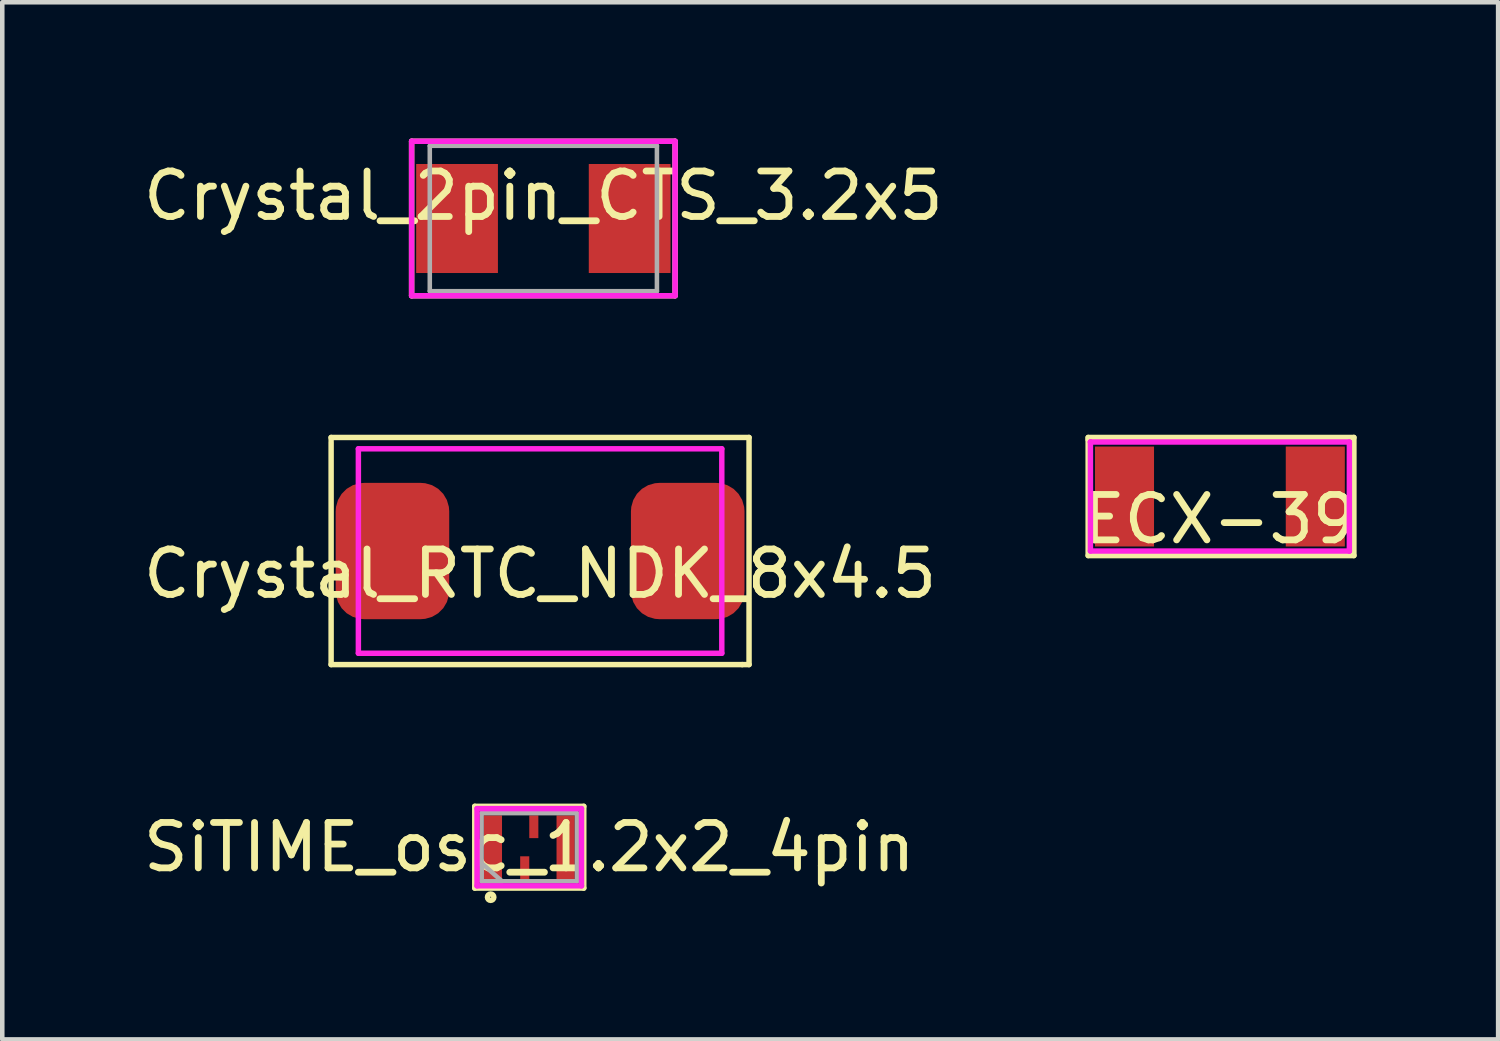
<source format=kicad_pcb>
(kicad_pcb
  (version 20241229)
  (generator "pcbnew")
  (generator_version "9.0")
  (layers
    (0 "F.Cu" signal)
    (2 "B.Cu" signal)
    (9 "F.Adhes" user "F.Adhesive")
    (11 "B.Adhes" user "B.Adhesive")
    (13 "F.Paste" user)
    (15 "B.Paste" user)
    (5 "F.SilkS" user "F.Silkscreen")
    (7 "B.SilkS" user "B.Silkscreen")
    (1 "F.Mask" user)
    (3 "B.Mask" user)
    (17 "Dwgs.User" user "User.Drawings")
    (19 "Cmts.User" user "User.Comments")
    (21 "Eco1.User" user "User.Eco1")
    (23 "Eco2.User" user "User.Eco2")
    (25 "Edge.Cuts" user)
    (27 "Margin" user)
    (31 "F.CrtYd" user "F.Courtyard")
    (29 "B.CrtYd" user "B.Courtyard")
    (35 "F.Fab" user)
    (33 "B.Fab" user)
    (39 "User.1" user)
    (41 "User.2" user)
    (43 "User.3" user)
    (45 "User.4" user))
  (footprint "SiTIME_osc_1.2x2_4pin"
    (layer "F.Cu")
    (at 8.601 15.6)
    (property "Reference" "SiTIME_osc_1.2x2_4pin" (at 0 0 0) (unlocked yes) (layer "F.SilkS") (effects (font (size 1 1) (thickness 0.15))))
    (attr smd)
    (fp_line (start -1.2 -0.9) (end -1.2 0.9) (stroke (width 0.12) (type solid)) (layer "F.SilkS"))
    (fp_line (start -1.2 0.9) (end 1.2 0.9) (stroke (width 0.12) (type solid)) (layer "F.SilkS"))
    (fp_line (start 1.2 -0.9) (end -1.2 -0.9) (stroke (width 0.12) (type solid)) (layer "F.SilkS"))
    (fp_line (start 1.2 0.9) (end 1.2 -0.9) (stroke (width 0.12) (type solid)) (layer "F.SilkS"))
    (fp_circle (center -0.85 1.1) (end -0.8 1.15) (stroke (width 0.12) (type solid)) (fill no) (layer "F.SilkS"))
    (fp_line (start -1.15 -0.85) (end 1.15 -0.85) (stroke (width 0.12) (type solid)) (layer "F.CrtYd"))
    (fp_line (start -1.15 0.85) (end -1.15 -0.85) (stroke (width 0.12) (type solid)) (layer "F.CrtYd"))
    (fp_line (start 1.15 -0.85) (end 1.15 0.85) (stroke (width 0.12) (type solid)) (layer "F.CrtYd"))
    (fp_line (start 1.15 0.85) (end -1.15 0.85) (stroke (width 0.12) (type solid)) (layer "F.CrtYd"))
    (fp_line (start -1.05 -0.75) (end 1.05 -0.75) (stroke (width 0.1) (type solid)) (layer "F.Fab"))
    (fp_line (start -1.05 0.75) (end -1.05 -0.75) (stroke (width 0.1) (type solid)) (layer "F.Fab"))
    (fp_line (start 1.05 -0.75) (end 1.05 0.75) (stroke (width 0.1) (type solid)) (layer "F.Fab"))
    (fp_line (start 1.05 0.75) (end -1.05 0.75) (stroke (width 0.1) (type solid)) (layer "F.Fab"))
    (fp_poly (pts (xy -0.6 0.75) (xy -1.05 0.75) (xy -1.05 0.35)) (stroke (width 0.1) (type solid)) (fill no) (layer "F.Fab"))
    (pad "1" smd rect (at -0.8 0) (size 0.4 1.4) (layers "F.Cu" "F.Mask" "F.Paste"))
    (pad "2" smd rect (at -0.1 0.45) (size 0.2 0.5) (layers "F.Cu" "F.Mask" "F.Paste"))
    (pad "3" smd rect (at 0.8 0) (size 0.4 1.4) (layers "F.Cu" "F.Mask" "F.Paste"))
    (pad "4" smd rect (at 0.1 -0.45) (size 0.2 0.5) (layers "F.Cu" "F.Mask" "F.Paste")))
  (footprint "Crystal_RTC_NDK_8x4.5"
    (layer "F.Cu")
    (at 8.839 9.08)
    (property "Reference" "Crystal_RTC_NDK_8x4.5" (at 0 0.5 0) (layer "F.SilkS") (effects (font (size 1 1) (thickness 0.15))))
    (attr through_hole)
    (fp_line (start -4.6 -2.5) (end -4.6 -2.45) (stroke (width 0.12) (type solid)) (layer "F.SilkS"))
    (fp_line (start -4.6 -2.4) (end -4.6 2.5) (stroke (width 0.12) (type solid)) (layer "F.SilkS"))
    (fp_line (start -4.6 2.5) (end 4.45 2.5) (stroke (width 0.12) (type solid)) (layer "F.SilkS"))
    (fp_line (start 4.45 2.5) (end 4.6 2.5) (stroke (width 0.12) (type solid)) (layer "F.SilkS"))
    (fp_line (start 4.6 -2.5) (end -4.6 -2.5) (stroke (width 0.12) (type solid)) (layer "F.SilkS"))
    (fp_line (start 4.6 2.5) (end 4.6 -2.5) (stroke (width 0.12) (type solid)) (layer "F.SilkS"))
    (fp_line (start -4 -2.25) (end 4 -2.25) (stroke (width 0.12) (type solid)) (layer "F.CrtYd"))
    (fp_line (start -4 2.25) (end -4 -2.25) (stroke (width 0.12) (type solid)) (layer "F.CrtYd"))
    (fp_line (start 4 -2.25) (end 4 2.25) (stroke (width 0.12) (type solid)) (layer "F.CrtYd"))
    (fp_line (start 4 2.25) (end -4 2.25) (stroke (width 0.12) (type solid)) (layer "F.CrtYd"))
    (pad "1" smd roundrect (at -3.25 0) (size 2.5 3) (layers "F.Cu" "F.Mask" "F.Paste") (roundrect_rratio 0.25))
    (pad "2" smd roundrect (at 3.25 0) (size 2.5 3) (layers "F.Cu" "F.Mask" "F.Paste") (roundrect_rratio 0.25)))
  (footprint "ECX-39"
    (layer "F.Cu")
    (at 23.804 7.88)
    (property "Reference" "ECX-39" (at 0 0.5 0) (layer "F.SilkS") (effects (font (size 1 1) (thickness 0.15))))
    (attr through_hole)
    (fp_line (start -2.9 -1.3) (end -2.9 -1.25) (stroke (width 0.12) (type solid)) (layer "F.SilkS"))
    (fp_line (start -2.9 -1.25) (end -2.9 1.3) (stroke (width 0.12) (type solid)) (layer "F.SilkS"))
    (fp_line (start -2.9 1.3) (end 2.95 1.3) (stroke (width 0.12) (type solid)) (layer "F.SilkS"))
    (fp_line (start 2.95 -1.3) (end -2.9 -1.3) (stroke (width 0.12) (type solid)) (layer "F.SilkS"))
    (fp_line (start 2.95 1.3) (end 2.95 -1.3) (stroke (width 0.12) (type solid)) (layer "F.SilkS"))
    (fp_line (start -2.85 -1.2) (end -2.85 -1.2) (stroke (width 0.12) (type solid)) (layer "F.CrtYd"))
    (fp_line (start -2.85 -1.2) (end -2.85 1.2) (stroke (width 0.12) (type solid)) (layer "F.CrtYd"))
    (fp_line (start -2.85 1.2) (end 2.85 1.2) (stroke (width 0.12) (type solid)) (layer "F.CrtYd"))
    (fp_line (start 2.85 -1.2) (end -2.85 -1.2) (stroke (width 0.12) (type solid)) (layer "F.CrtYd"))
    (fp_line (start 2.85 1.2) (end 2.85 -1.2) (stroke (width 0.12) (type solid)) (layer "F.CrtYd"))
    (fp_line (start 2.85 1.2) (end 2.85 1.2) (stroke (width 0.12) (type solid)) (layer "F.CrtYd"))
    (pad "1" smd rect (at -2.1 0) (size 1.3 2.2) (layers "F.Cu" "F.Mask" "F.Paste"))
    (pad "2" smd rect (at 2.1 0) (size 1.3 2.2) (layers "F.Cu" "F.Mask" "F.Paste")))
  (footprint "Crystal_2pin_CTS_3.2x5"
    (layer "F.Cu")
    (at 8.911 1.76)
    (property "Reference" "Crystal_2pin_CTS_3.2x5" (at 0 -0.5 0) (unlocked yes) (layer "F.SilkS") (effects (font (size 1 1) (thickness 0.15))))
    (attr smd)
    (fp_line (start -2.9 -1.7) (end -2.9 1.7) (stroke (width 0.12) (type solid)) (layer "F.SilkS"))
    (fp_line (start -2.9 1.7) (end 2.9 1.7) (stroke (width 0.12) (type solid)) (layer "F.SilkS"))
    (fp_line (start 2.9 -1.7) (end -2.9 -1.7) (stroke (width 0.12) (type solid)) (layer "F.SilkS"))
    (fp_line (start 2.9 1.7) (end 2.9 -1.7) (stroke (width 0.12) (type solid)) (layer "F.SilkS"))
    (fp_line (start -2.9 -1.7) (end -2.9 1.7) (stroke (width 0.12) (type solid)) (layer "F.CrtYd"))
    (fp_line (start -2.9 1.7) (end 2.9 1.7) (stroke (width 0.12) (type solid)) (layer "F.CrtYd"))
    (fp_line (start 2.9 -1.7) (end -2.9 -1.7) (stroke (width 0.12) (type solid)) (layer "F.CrtYd"))
    (fp_line (start 2.9 1.7) (end 2.9 -1.7) (stroke (width 0.12) (type solid)) (layer "F.CrtYd"))
    (fp_line (start -2.5 -1.6) (end -2.5 1.6) (stroke (width 0.1) (type solid)) (layer "F.Fab"))
    (fp_line (start -2.5 1.6) (end 2.5 1.6) (stroke (width 0.1) (type solid)) (layer "F.Fab"))
    (fp_line (start 2.5 -1.6) (end -2.5 -1.6) (stroke (width 0.1) (type solid)) (layer "F.Fab"))
    (fp_line (start 2.5 1.6) (end 2.5 -1.6) (stroke (width 0.1) (type solid)) (layer "F.Fab"))
    (pad "1" smd rect (at -1.9 0) (size 1.8 2.4) (layers "F.Cu" "F.Mask" "F.Paste"))
    (pad "2" smd rect (at 1.9 0) (size 1.8 2.4) (layers "F.Cu" "F.Mask" "F.Paste")))
  (gr_rect
    (start -3 -3)
    (end 29.929 19.831)
    (stroke (width 0.1) (type default))
    (fill no)
    (layer "Edge.Cuts")))
</source>
